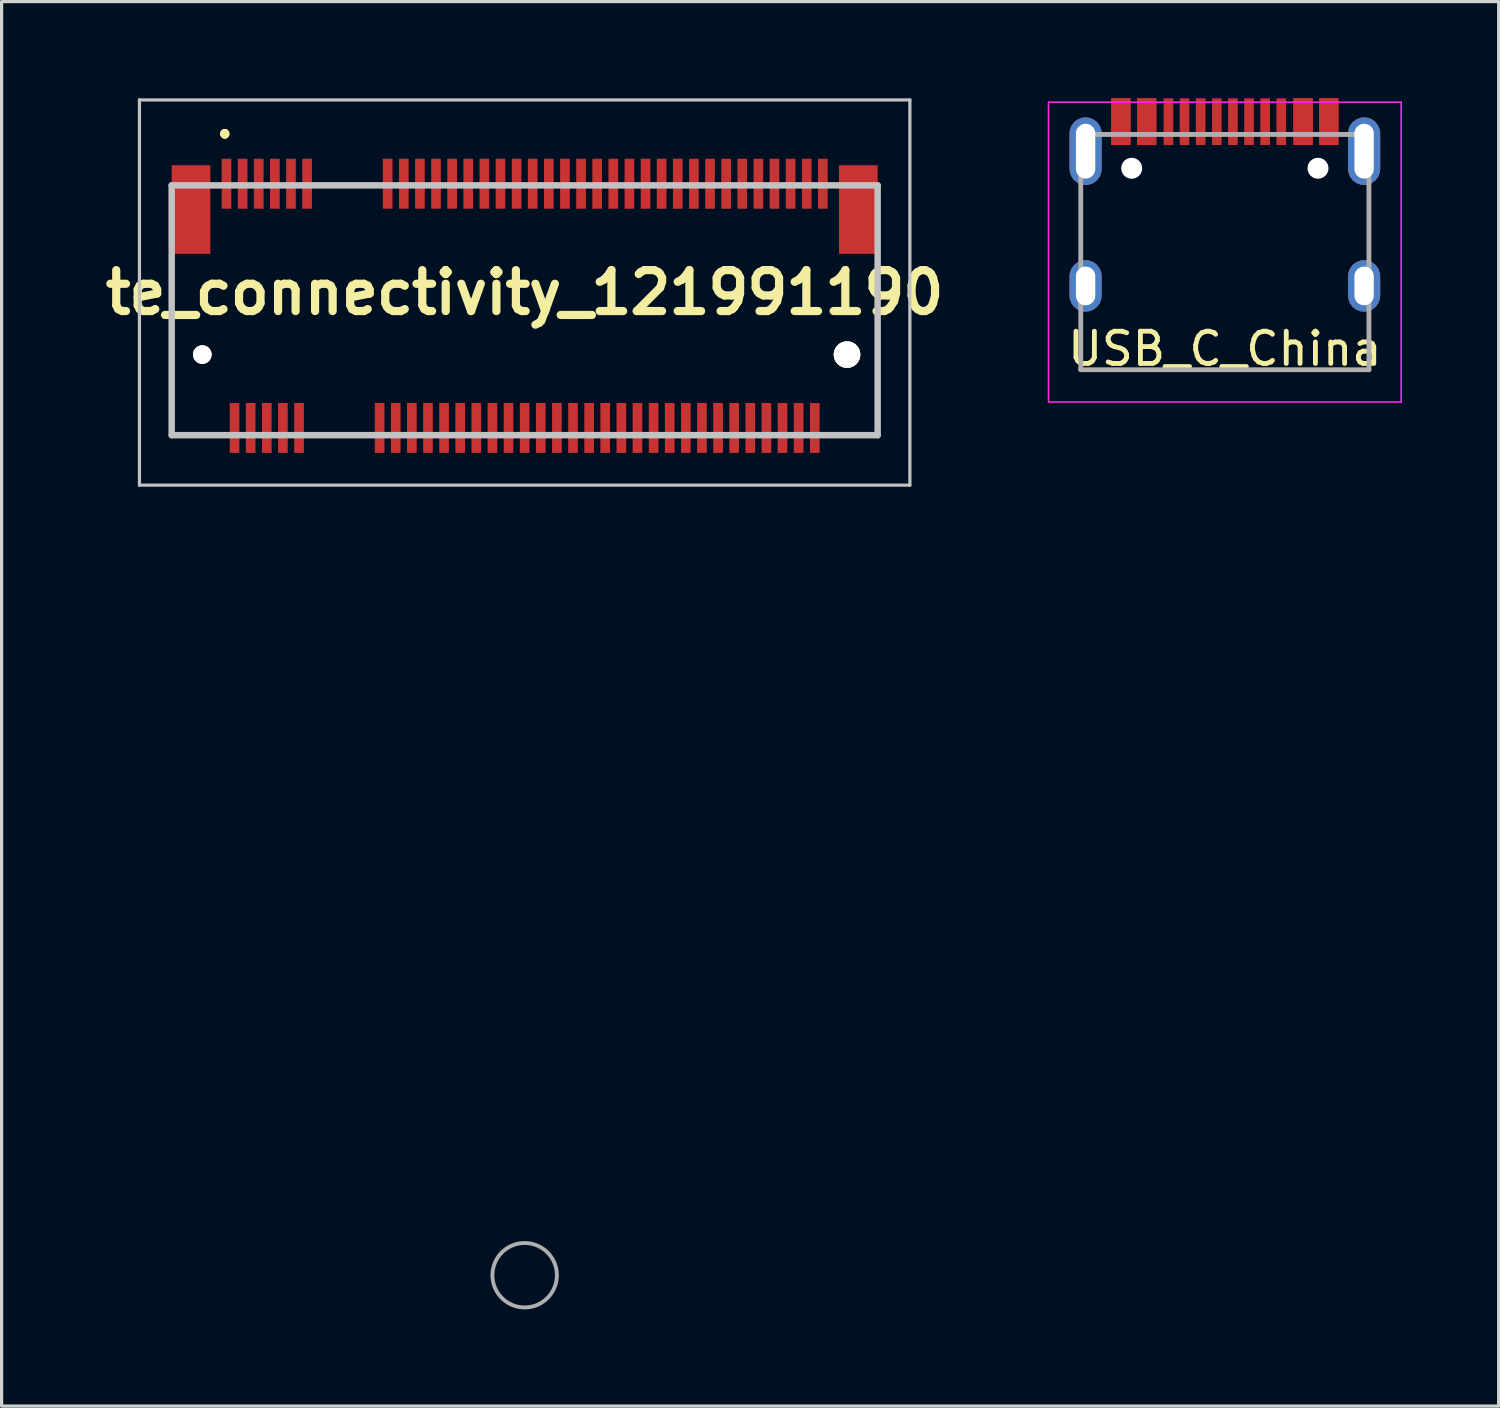
<source format=kicad_pcb>
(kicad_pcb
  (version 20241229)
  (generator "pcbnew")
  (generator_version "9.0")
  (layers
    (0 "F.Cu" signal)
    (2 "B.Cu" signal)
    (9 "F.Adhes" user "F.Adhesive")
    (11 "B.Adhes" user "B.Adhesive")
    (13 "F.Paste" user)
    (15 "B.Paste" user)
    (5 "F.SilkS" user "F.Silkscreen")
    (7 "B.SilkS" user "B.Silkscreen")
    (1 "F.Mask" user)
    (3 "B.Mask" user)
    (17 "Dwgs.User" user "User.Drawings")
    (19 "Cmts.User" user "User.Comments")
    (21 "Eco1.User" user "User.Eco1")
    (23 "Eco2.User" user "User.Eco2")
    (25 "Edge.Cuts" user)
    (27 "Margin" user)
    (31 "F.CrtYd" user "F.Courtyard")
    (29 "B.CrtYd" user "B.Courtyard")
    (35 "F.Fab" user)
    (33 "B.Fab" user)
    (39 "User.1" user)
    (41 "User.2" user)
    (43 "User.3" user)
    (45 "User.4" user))
  (footprint "USB_C_China"
    (layer "F.Cu")
    (at 34.947 4.77)
    (property "Reference" "USB_C_China" (at 0 3 0) (layer "F.SilkS") (effects (font (size 1 1) (thickness 0.15))))
    (attr smd)
    (fp_line (start -5.47 -4.65) (end -5.47 4.65) (stroke (width 0.05) (type solid)) (layer "F.CrtYd"))
    (fp_line (start -5.47 4.65) (end 5.47 4.65) (stroke (width 0.05) (type solid)) (layer "F.CrtYd"))
    (fp_line (start 5.47 -4.65) (end -5.47 -4.65) (stroke (width 0.05) (type solid)) (layer "F.CrtYd"))
    (fp_line (start 5.47 4.65) (end 5.47 -4.65) (stroke (width 0.05) (type solid)) (layer "F.CrtYd"))
    (fp_line (start -4.47 -3.65) (end -4.47 3.65) (stroke (width 0.15) (type solid)) (layer "F.Fab"))
    (fp_line (start -4.47 3.65) (end 4.47 3.65) (stroke (width 0.15) (type solid)) (layer "F.Fab"))
    (fp_line (start 4.47 -3.65) (end -4.47 -3.65) (stroke (width 0.15) (type solid)) (layer "F.Fab"))
    (fp_line (start 4.47 3.65) (end 4.47 -3.65) (stroke (width 0.15) (type solid)) (layer "F.Fab"))
    (pad "" np_thru_hole circle (at -2.89 -2.6) (size 0.65 0.65) (drill 0.65) (layers "*.Cu" "*.Mask"))
    (pad "" np_thru_hole circle (at 2.89 -2.6) (size 0.65 0.65) (drill 0.65) (layers "*.Cu" "*.Mask"))
    (pad "A1" smd rect (at -3.225 -4.045) (size 0.6 1.45) (layers "F.Cu" "F.Mask" "F.Paste"))
    (pad "A4" smd rect (at -2.425 -4.045) (size 0.6 1.45) (layers "F.Cu" "F.Mask" "F.Paste"))
    (pad "A5" smd rect (at -1.25 -4.045) (size 0.3 1.45) (layers "F.Cu" "F.Mask" "F.Paste"))
    (pad "A6" smd rect (at -0.25 -4.045) (size 0.3 1.45) (layers "F.Cu" "F.Mask" "F.Paste"))
    (pad "A7" smd rect (at 0.25 -4.045) (size 0.3 1.45) (layers "F.Cu" "F.Mask" "F.Paste"))
    (pad "A8" smd rect (at 1.25 -4.045) (size 0.3 1.45) (layers "F.Cu" "F.Mask" "F.Paste"))
    (pad "A9" smd rect (at 2.425 -4.045) (size 0.6 1.45) (layers "F.Cu" "F.Mask" "F.Paste"))
    (pad "A12" smd rect (at 3.225 -4.045) (size 0.6 1.45) (layers "F.Cu" "F.Mask" "F.Paste"))
    (pad "B1" smd rect (at 3.225 -4.045) (size 0.6 1.45) (layers "F.Cu" "F.Mask" "F.Paste"))
    (pad "B4" smd rect (at 2.425 -4.045) (size 0.6 1.45) (layers "F.Cu" "F.Mask" "F.Paste"))
    (pad "B5" smd rect (at 1.75 -4.045) (size 0.3 1.45) (layers "F.Cu" "F.Mask" "F.Paste"))
    (pad "B6" smd rect (at 0.75 -4.045) (size 0.3 1.45) (layers "F.Cu" "F.Mask" "F.Paste"))
    (pad "B7" smd rect (at -0.75 -4.045) (size 0.3 1.45) (layers "F.Cu" "F.Mask" "F.Paste"))
    (pad "B8" smd rect (at -1.75 -4.045) (size 0.3 1.45) (layers "F.Cu" "F.Mask" "F.Paste"))
    (pad "B9" smd rect (at -2.425 -4.045) (size 0.6 1.45) (layers "F.Cu" "F.Mask" "F.Paste"))
    (pad "B12" smd rect (at -3.225 -4.045) (size 0.6 1.45) (layers "F.Cu" "F.Mask" "F.Paste"))
    (pad "S1" thru_hole roundrect (at -4.32 -3.13) (size 1 2.1) (drill oval 0.6 1.7) (layers "*.Cu" "*.Mask") (roundrect_rratio 0.5))
    (pad "S1" thru_hole roundrect (at -4.32 1.05) (size 1 1.6) (drill oval 0.6 1.2) (layers "*.Cu" "*.Mask") (roundrect_rratio 0.5))
    (pad "S1" thru_hole roundrect (at 4.32 -3.13) (size 1 2.1) (drill oval 0.6 1.7) (layers "*.Cu" "*.Mask") (roundrect_rratio 0.5))
    (pad "S1" thru_hole roundrect (at 4.32 1.05) (size 1 1.6) (drill oval 0.6 1.2) (layers "*.Cu" "*.Mask") (roundrect_rratio 0.5)))
  (footprint "te_connectivity_121991190"
    (layer "F.Cu")
    (at 13.226 7.95)
    (property "Reference" "te_connectivity_121991190" (at 0 -1.925 0) (layer "F.SilkS") (effects (font (size 1.27 1.27) (thickness 0.254))))
    (attr through_hole)
    (fp_line (start -10.95 -2.5) (end -10.95 -2.5) (stroke (width 0.1) (type solid)) (layer "F.SilkS"))
    (fp_line (start -10.95 -2.5) (end -10.95 2.5) (stroke (width 0.1) (type solid)) (layer "F.SilkS"))
    (fp_line (start -10.95 2.5) (end -10.95 -2.5) (stroke (width 0.1) (type solid)) (layer "F.SilkS"))
    (fp_line (start -10.95 2.5) (end -10.95 2.5) (stroke (width 0.1) (type solid)) (layer "F.SilkS"))
    (fp_line (start -10.95 2.5) (end -10.95 2.5) (stroke (width 0.1) (type solid)) (layer "F.SilkS"))
    (fp_line (start -10.95 2.5) (end -9.75 2.5) (stroke (width 0.1) (type solid)) (layer "F.SilkS"))
    (fp_line (start -9.75 2.5) (end -10.95 2.5) (stroke (width 0.1) (type solid)) (layer "F.SilkS"))
    (fp_line (start -9.75 2.5) (end -9.75 2.5) (stroke (width 0.1) (type solid)) (layer "F.SilkS"))
    (fp_line (start -9.3 -6.9) (end -9.3 -6.9) (stroke (width 0.2) (type solid)) (layer "F.SilkS"))
    (fp_line (start -9.3 -6.9) (end -9.3 -6.9) (stroke (width 0.2) (type solid)) (layer "F.SilkS"))
    (fp_line (start -9.3 -6.8) (end -9.3 -6.8) (stroke (width 0.2) (type solid)) (layer "F.SilkS"))
    (fp_line (start -6.25 2.5) (end -6.25 2.5) (stroke (width 0.1) (type solid)) (layer "F.SilkS"))
    (fp_line (start -6.25 2.5) (end -5.25 2.5) (stroke (width 0.1) (type solid)) (layer "F.SilkS"))
    (fp_line (start -5.25 2.5) (end -6.25 2.5) (stroke (width 0.1) (type solid)) (layer "F.SilkS"))
    (fp_line (start -5.25 2.5) (end -5.25 2.5) (stroke (width 0.1) (type solid)) (layer "F.SilkS"))
    (fp_line (start 9.75 2.5) (end 9.75 2.5) (stroke (width 0.1) (type solid)) (layer "F.SilkS"))
    (fp_line (start 9.75 2.5) (end 10.95 2.5) (stroke (width 0.1) (type solid)) (layer "F.SilkS"))
    (fp_line (start 10.95 -2.5) (end 10.95 -2.5) (stroke (width 0.1) (type solid)) (layer "F.SilkS"))
    (fp_line (start 10.95 -2.5) (end 10.95 -1.5) (stroke (width 0.1) (type solid)) (layer "F.SilkS"))
    (fp_line (start 10.95 -1.5) (end 10.95 -2.5) (stroke (width 0.1) (type solid)) (layer "F.SilkS"))
    (fp_line (start 10.95 -1.5) (end 10.95 -1.5) (stroke (width 0.1) (type solid)) (layer "F.SilkS"))
    (fp_line (start 10.95 1.5) (end 10.95 1.5) (stroke (width 0.1) (type solid)) (layer "F.SilkS"))
    (fp_line (start 10.95 1.5) (end 10.95 2.5) (stroke (width 0.1) (type solid)) (layer "F.SilkS"))
    (fp_line (start 10.95 2.5) (end 9.75 2.5) (stroke (width 0.1) (type solid)) (layer "F.SilkS"))
    (fp_line (start 10.95 2.5) (end 10.95 1.5) (stroke (width 0.1) (type solid)) (layer "F.SilkS"))
    (fp_line (start 10.95 2.5) (end 10.95 2.5) (stroke (width 0.1) (type solid)) (layer "F.SilkS"))
    (fp_line (start 10.95 2.5) (end 10.95 2.5) (stroke (width 0.1) (type solid)) (layer "F.SilkS"))
    (fp_arc (start -9.3 -6.9) (mid -9.25 -6.85) (end -9.3 -6.8) (stroke (width 0.2) (type solid)) (layer "F.SilkS"))
    (fp_arc (start -9.3 -6.8) (mid -9.35 -6.85) (end -9.3 -6.9) (stroke (width 0.2) (type solid)) (layer "F.SilkS"))
    (fp_arc (start -9.3 -6.8) (mid -9.35 -6.85) (end -9.3 -6.9) (stroke (width 0.2) (type solid)) (layer "F.SilkS"))
    (fp_line (start -11.95 -7.9) (end 11.95 -7.9) (stroke (width 0.1) (type solid)) (layer "Dwgs.User"))
    (fp_line (start -11.95 4.05) (end -11.95 -7.9) (stroke (width 0.1) (type solid)) (layer "Dwgs.User"))
    (fp_line (start -10.95 -5.25) (end -10.95 2.5) (stroke (width 0.2) (type solid)) (layer "Dwgs.User"))
    (fp_line (start -10.95 2.5) (end 10.95 2.5) (stroke (width 0.2) (type solid)) (layer "Dwgs.User"))
    (fp_line (start 10.95 -5.25) (end -10.95 -5.25) (stroke (width 0.2) (type solid)) (layer "Dwgs.User"))
    (fp_line (start 10.95 2.5) (end 10.95 -5.25) (stroke (width 0.2) (type solid)) (layer "Dwgs.User"))
    (fp_line (start 11.95 -7.9) (end 11.95 4.05) (stroke (width 0.1) (type solid)) (layer "Dwgs.User"))
    (fp_line (start 11.95 4.05) (end -11.95 4.05) (stroke (width 0.1) (type solid)) (layer "Dwgs.User"))
    (fp_circle (center 0 28.56) (end 1 28.56) (stroke (width 0.12) (type solid)) (fill no) (layer "F.Fab"))
    (pad "1" smd rect (at -9.25 -5.3) (size 0.3 1.55) (layers "F.Cu" "F.Mask" "F.Paste"))
    (pad "2" smd rect (at -9 2.275) (size 0.3 1.55) (layers "F.Cu" "F.Mask" "F.Paste"))
    (pad "3" smd rect (at -8.75 -5.3) (size 0.3 1.55) (layers "F.Cu" "F.Mask" "F.Paste"))
    (pad "4" smd rect (at -8.5 2.275) (size 0.3 1.55) (layers "F.Cu" "F.Mask" "F.Paste"))
    (pad "5" smd rect (at -8.25 -5.3) (size 0.3 1.55) (layers "F.Cu" "F.Mask" "F.Paste"))
    (pad "6" smd rect (at -8 2.275) (size 0.3 1.55) (layers "F.Cu" "F.Mask" "F.Paste"))
    (pad "7" smd rect (at -7.75 -5.3) (size 0.3 1.55) (layers "F.Cu" "F.Mask" "F.Paste"))
    (pad "8" smd rect (at -7.5 2.275) (size 0.3 1.55) (layers "F.Cu" "F.Mask" "F.Paste"))
    (pad "9" smd rect (at -7.25 -5.3) (size 0.3 1.55) (layers "F.Cu" "F.Mask" "F.Paste"))
    (pad "10" smd rect (at -7 2.275) (size 0.3 1.55) (layers "F.Cu" "F.Mask" "F.Paste"))
    (pad "11" smd rect (at -6.75 -5.3) (size 0.3 1.55) (layers "F.Cu" "F.Mask" "F.Paste"))
    (pad "20" smd rect (at -4.5 2.275) (size 0.3 1.55) (layers "F.Cu" "F.Mask" "F.Paste"))
    (pad "21" smd rect (at -4.25 -5.3) (size 0.3 1.55) (layers "F.Cu" "F.Mask" "F.Paste"))
    (pad "22" smd rect (at -4 2.275) (size 0.3 1.55) (layers "F.Cu" "F.Mask" "F.Paste"))
    (pad "23" smd rect (at -3.75 -5.3) (size 0.3 1.55) (layers "F.Cu" "F.Mask" "F.Paste"))
    (pad "24" smd rect (at -3.5 2.275) (size 0.3 1.55) (layers "F.Cu" "F.Mask" "F.Paste"))
    (pad "25" smd rect (at -3.25 -5.3) (size 0.3 1.55) (layers "F.Cu" "F.Mask" "F.Paste"))
    (pad "26" smd rect (at -3 2.275) (size 0.3 1.55) (layers "F.Cu" "F.Mask" "F.Paste"))
    (pad "27" smd rect (at -2.75 -5.3) (size 0.3 1.55) (layers "F.Cu" "F.Mask" "F.Paste"))
    (pad "28" smd rect (at -2.5 2.275) (size 0.3 1.55) (layers "F.Cu" "F.Mask" "F.Paste"))
    (pad "29" smd rect (at -2.25 -5.3) (size 0.3 1.55) (layers "F.Cu" "F.Mask" "F.Paste"))
    (pad "30" smd rect (at -2 2.275) (size 0.3 1.55) (layers "F.Cu" "F.Mask" "F.Paste"))
    (pad "31" smd rect (at -1.75 -5.3) (size 0.3 1.55) (layers "F.Cu" "F.Mask" "F.Paste"))
    (pad "32" smd rect (at -1.5 2.275) (size 0.3 1.55) (layers "F.Cu" "F.Mask" "F.Paste"))
    (pad "33" smd rect (at -1.25 -5.3) (size 0.3 1.55) (layers "F.Cu" "F.Mask" "F.Paste"))
    (pad "34" smd rect (at -1 2.275) (size 0.3 1.55) (layers "F.Cu" "F.Mask" "F.Paste"))
    (pad "35" smd rect (at -0.75 -5.3) (size 0.3 1.55) (layers "F.Cu" "F.Mask" "F.Paste"))
    (pad "36" smd rect (at -0.5 2.275) (size 0.3 1.55) (layers "F.Cu" "F.Mask" "F.Paste"))
    (pad "37" smd rect (at -0.25 -5.3) (size 0.3 1.55) (layers "F.Cu" "F.Mask" "F.Paste"))
    (pad "38" smd rect (at 0 2.275) (size 0.3 1.55) (layers "F.Cu" "F.Mask" "F.Paste"))
    (pad "39" smd rect (at 0.25 -5.3) (size 0.3 1.55) (layers "F.Cu" "F.Mask" "F.Paste"))
    (pad "40" smd rect (at 0.5 2.275) (size 0.3 1.55) (layers "F.Cu" "F.Mask" "F.Paste"))
    (pad "41" smd rect (at 0.75 -5.3) (size 0.3 1.55) (layers "F.Cu" "F.Mask" "F.Paste"))
    (pad "42" smd rect (at 1 2.275) (size 0.3 1.55) (layers "F.Cu" "F.Mask" "F.Paste"))
    (pad "43" smd rect (at 1.25 -5.3) (size 0.3 1.55) (layers "F.Cu" "F.Mask" "F.Paste"))
    (pad "44" smd rect (at 1.5 2.275) (size 0.3 1.55) (layers "F.Cu" "F.Mask" "F.Paste"))
    (pad "45" smd rect (at 1.75 -5.3) (size 0.3 1.55) (layers "F.Cu" "F.Mask" "F.Paste"))
    (pad "46" smd rect (at 2 2.275) (size 0.3 1.55) (layers "F.Cu" "F.Mask" "F.Paste"))
    (pad "47" smd rect (at 2.25 -5.3) (size 0.3 1.55) (layers "F.Cu" "F.Mask" "F.Paste"))
    (pad "48" smd rect (at 2.5 2.275) (size 0.3 1.55) (layers "F.Cu" "F.Mask" "F.Paste"))
    (pad "49" smd rect (at 2.75 -5.3) (size 0.3 1.55) (layers "F.Cu" "F.Mask" "F.Paste"))
    (pad "50" smd rect (at 3 2.275) (size 0.3 1.55) (layers "F.Cu" "F.Mask" "F.Paste"))
    (pad "51" smd rect (at 3.25 -5.3) (size 0.3 1.55) (layers "F.Cu" "F.Mask" "F.Paste"))
    (pad "52" smd rect (at 3.5 2.275) (size 0.3 1.55) (layers "F.Cu" "F.Mask" "F.Paste"))
    (pad "53" smd rect (at 3.75 -5.3) (size 0.3 1.55) (layers "F.Cu" "F.Mask" "F.Paste"))
    (pad "54" smd rect (at 4 2.275) (size 0.3 1.55) (layers "F.Cu" "F.Mask" "F.Paste"))
    (pad "55" smd rect (at 4.25 -5.3) (size 0.3 1.55) (layers "F.Cu" "F.Mask" "F.Paste"))
    (pad "56" smd rect (at 4.5 2.275) (size 0.3 1.55) (layers "F.Cu" "F.Mask" "F.Paste"))
    (pad "57" smd rect (at 4.75 -5.3) (size 0.3 1.55) (layers "F.Cu" "F.Mask" "F.Paste"))
    (pad "58" smd rect (at 5 2.275) (size 0.3 1.55) (layers "F.Cu" "F.Mask" "F.Paste"))
    (pad "59" smd rect (at 5.25 -5.3) (size 0.3 1.55) (layers "F.Cu" "F.Mask" "F.Paste"))
    (pad "60" smd rect (at 5.5 2.275) (size 0.3 1.55) (layers "F.Cu" "F.Mask" "F.Paste"))
    (pad "61" smd rect (at 5.75 -5.3) (size 0.3 1.55) (layers "F.Cu" "F.Mask" "F.Paste"))
    (pad "62" smd rect (at 6 2.275) (size 0.3 1.55) (layers "F.Cu" "F.Mask" "F.Paste"))
    (pad "63" smd rect (at 6.25 -5.3) (size 0.3 1.55) (layers "F.Cu" "F.Mask" "F.Paste"))
    (pad "64" smd rect (at 6.5 2.275) (size 0.3 1.55) (layers "F.Cu" "F.Mask" "F.Paste"))
    (pad "65" smd rect (at 6.75 -5.3) (size 0.3 1.55) (layers "F.Cu" "F.Mask" "F.Paste"))
    (pad "66" smd rect (at 7 2.275) (size 0.3 1.55) (layers "F.Cu" "F.Mask" "F.Paste"))
    (pad "67" smd rect (at 7.25 -5.3) (size 0.3 1.55) (layers "F.Cu" "F.Mask" "F.Paste"))
    (pad "68" smd rect (at 7.5 2.275) (size 0.3 1.55) (layers "F.Cu" "F.Mask" "F.Paste"))
    (pad "69" smd rect (at 7.75 -5.3) (size 0.3 1.55) (layers "F.Cu" "F.Mask" "F.Paste"))
    (pad "70" smd rect (at 8 2.275) (size 0.3 1.55) (layers "F.Cu" "F.Mask" "F.Paste"))
    (pad "71" smd rect (at 8.25 -5.3) (size 0.3 1.55) (layers "F.Cu" "F.Mask" "F.Paste"))
    (pad "72" smd rect (at 8.5 2.275) (size 0.3 1.55) (layers "F.Cu" "F.Mask" "F.Paste"))
    (pad "73" smd rect (at 8.75 -5.3) (size 0.3 1.55) (layers "F.Cu" "F.Mask" "F.Paste"))
    (pad "74" smd rect (at 9 2.275) (size 0.3 1.55) (layers "F.Cu" "F.Mask" "F.Paste"))
    (pad "75" smd rect (at 9.25 -5.3) (size 0.3 1.55) (layers "F.Cu" "F.Mask" "F.Paste"))
    (pad "MH1" thru_hole circle (at -10 0 90) (size 0.575 0.575) (drill 1.15) (layers "*.Cu" "*.Mask" "F.SilkS"))
    (pad "MH2" thru_hole circle (at 10 0 90) (size 0.825 0.825) (drill 1.65) (layers "*.Cu" "*.Mask" "F.SilkS"))
    (pad "MP1" smd rect (at -10.35 -4.5) (size 1.2 2.75) (layers "F.Cu" "F.Mask" "F.Paste"))
    (pad "MP2" smd rect (at 10.35 -4.5) (size 1.2 2.75) (layers "F.Cu" "F.Mask" "F.Paste")))
  (gr_rect
    (start -3 -3)
    (end 43.442 40.57)
    (stroke (width 0.1) (type default))
    (fill no)
    (layer "Edge.Cuts")))
</source>
